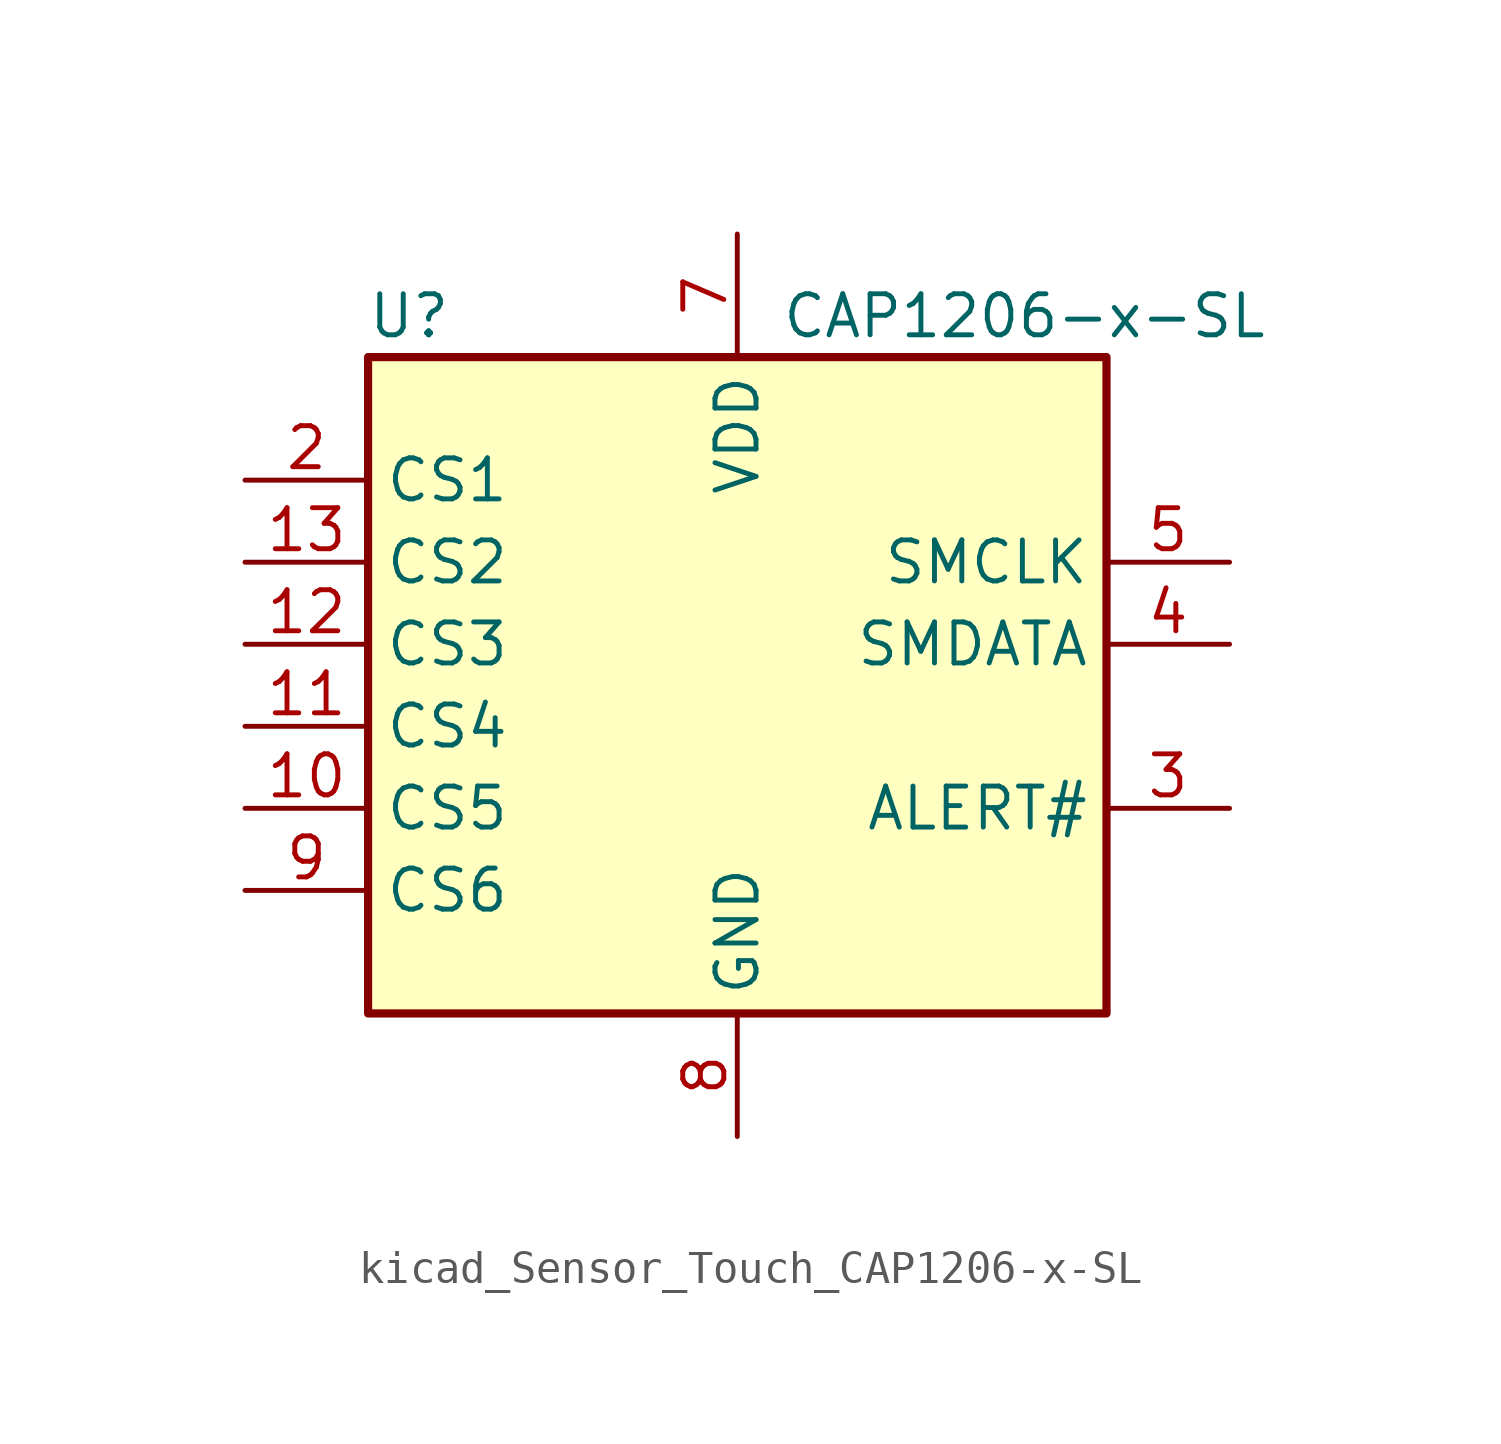
<source format=kicad_sym>
(kicad_symbol_lib
  (version 20220914)
  (generator kicad_symbol_editor)
  (symbol "kicad_Sensor_Touch_CAP1206-x-SL"
    (property "Reference" "U"
      (at -10.16 12.7 0)
      (effects (font (size 1.27 1.27))))
    (property "Value" "CAP1206-x-SL"
      (at 8.89 12.7 0)
      (effects (font (size 1.27 1.27))))
    (symbol "kicad_Sensor_Touch_CAP1206-x-SL_0_1"
      (rectangle (start -11.43 11.43) (end 11.43 -8.89) (stroke (width 0.254) (type default)) (fill (type background))))
    (symbol "kicad_Sensor_Touch_CAP1206-x-SL_1_1"
      (pin passive line (at -15.24 -2.54 0) (length 3.81) (name "CS5" (effects (font (size 1.27 1.27)))) (number "10" (effects (font (size 1.27 1.27)))))
      (pin passive line (at -15.24 0 0) (length 3.81) (name "CS4" (effects (font (size 1.27 1.27)))) (number "11" (effects (font (size 1.27 1.27)))))
      (pin passive line (at -15.24 2.54 0) (length 3.81) (name "CS3" (effects (font (size 1.27 1.27)))) (number "12" (effects (font (size 1.27 1.27)))))
      (pin passive line (at -15.24 5.08 0) (length 3.81) (name "CS2" (effects (font (size 1.27 1.27)))) (number "13" (effects (font (size 1.27 1.27)))))
      (pin passive line (at -15.24 7.62 0) (length 3.81) (name "CS1" (effects (font (size 1.27 1.27)))) (number "2" (effects (font (size 1.27 1.27)))))
      (pin open_collector line (at 15.24 -2.54 180) (length 3.81) (name "ALERT#" (effects (font (size 1.27 1.27)))) (number "3" (effects (font (size 1.27 1.27)))))
      (pin bidirectional line (at 15.24 2.54 180) (length 3.81) (name "SMDATA" (effects (font (size 1.27 1.27)))) (number "4" (effects (font (size 1.27 1.27)))))
      (pin input line (at 15.24 5.08 180) (length 3.81) (name "SMCLK" (effects (font (size 1.27 1.27)))) (number "5" (effects (font (size 1.27 1.27)))))
      (pin power_in line (at 0 15.24 270) (length 3.81) (name "VDD" (effects (font (size 1.27 1.27)))) (number "7" (effects (font (size 1.27 1.27)))))
      (pin power_in line (at 0 -12.7 90) (length 3.81) (name "GND" (effects (font (size 1.27 1.27)))) (number "8" (effects (font (size 1.27 1.27)))))
      (pin passive line (at -15.24 -5.08 0) (length 3.81) (name "CS6" (effects (font (size 1.27 1.27)))) (number "9" (effects (font (size 1.27 1.27))))))))
</source>
